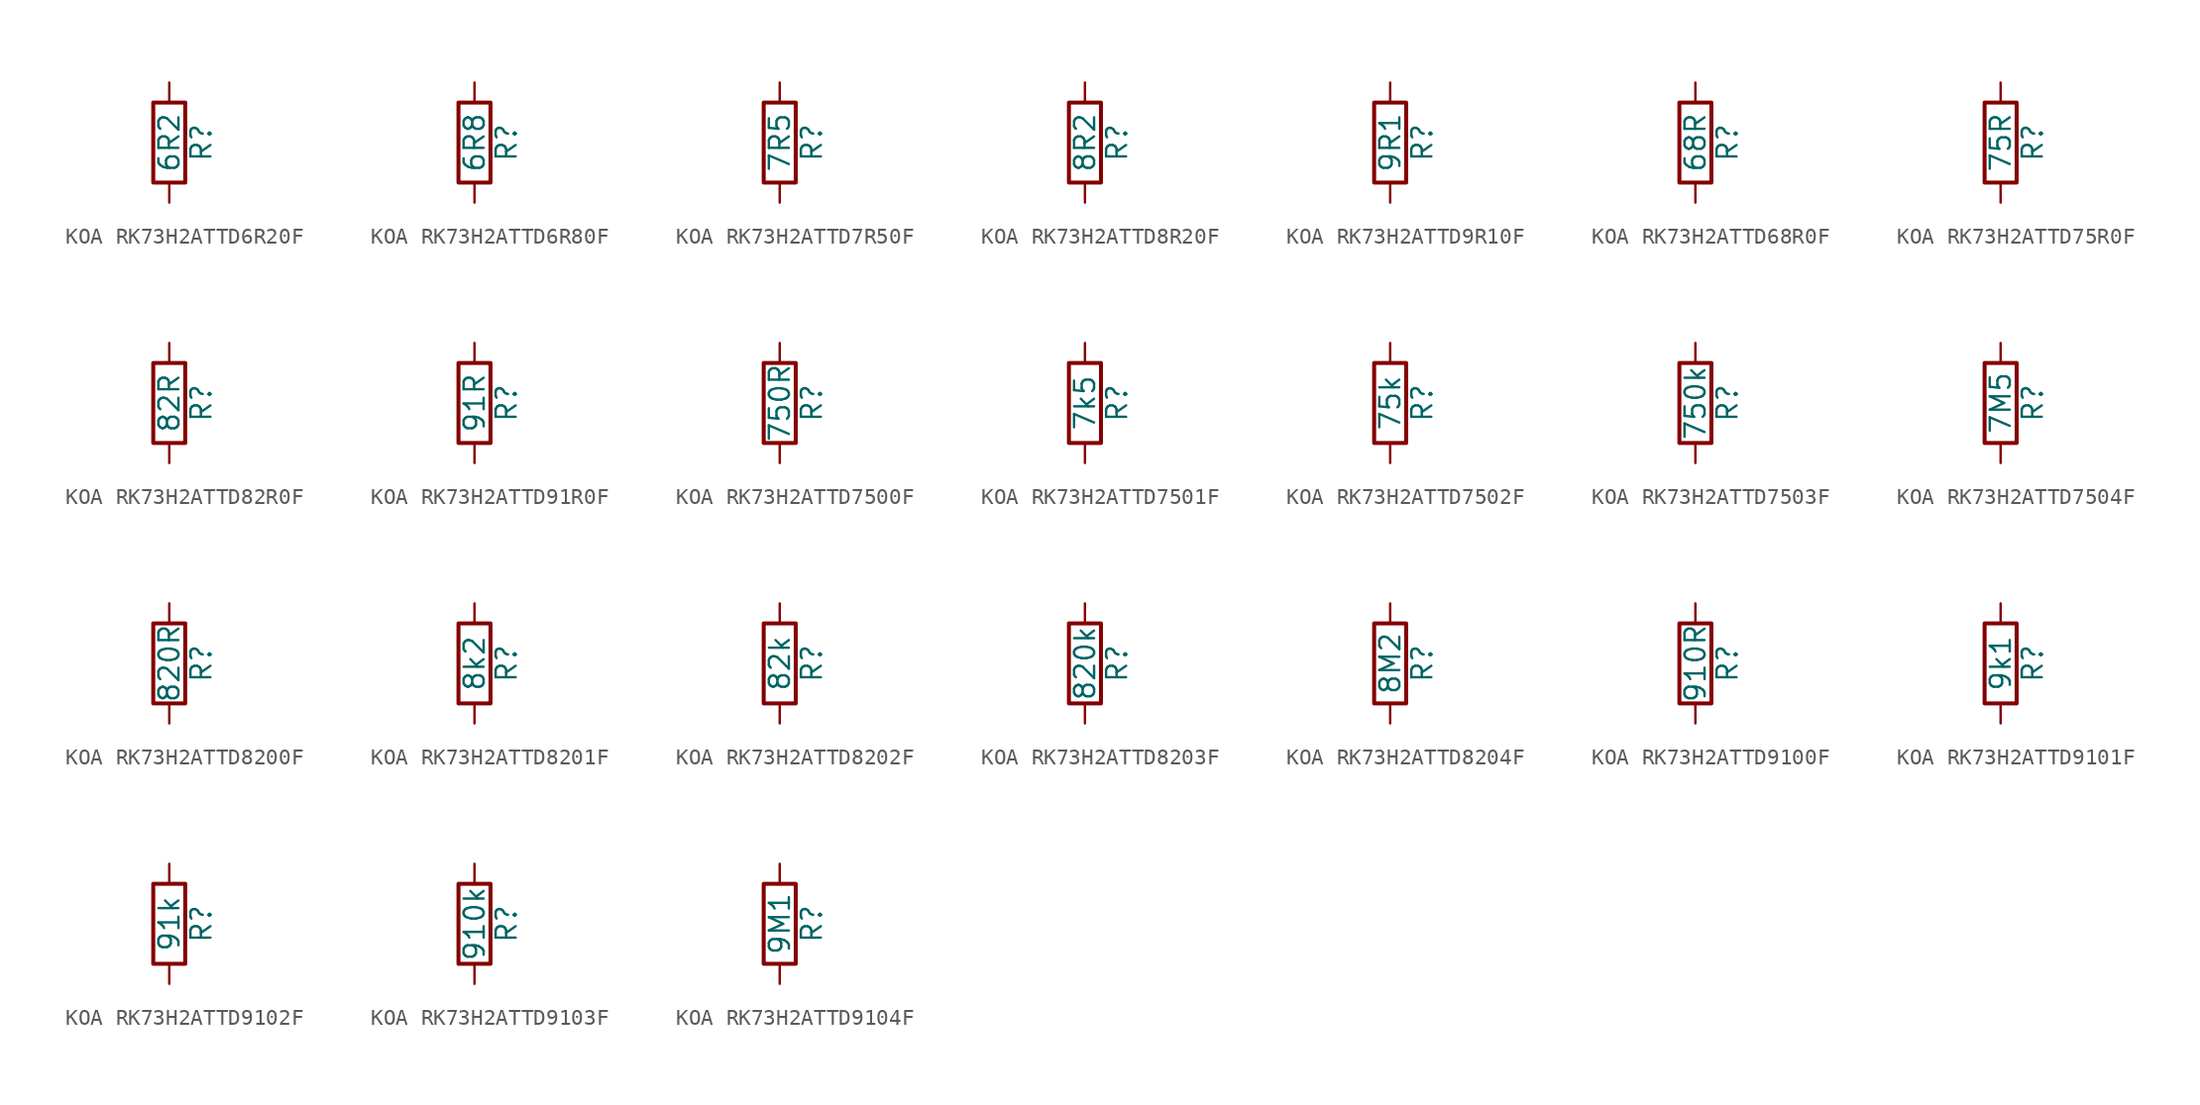
<source format=kicad_sym>
(kicad_symbol_lib
  (version 20220914)
  (generator kicad_symbol_editor)
  (symbol "KOA RK73H2ATTD6R20F"
    (pin_numbers hide)
    (pin_names
      (offset 0))
    (property "Reference" "R"
      (at 2.032 0 90)
      (effects (font (size 1.27 1.27))))
    (property "Value" "6R2"
      (at 0 0 90)
      (effects (font (size 1.27 1.27))))
    (symbol "KOA RK73H2ATTD6R20F_0_1"
      (rectangle (start -1.016 -2.54) (end 1.016 2.54) (stroke (width 0.254) (type default)) (fill (type none))))
    (symbol "KOA RK73H2ATTD6R20F_1_1"
      (pin passive line (at 0 3.81 270) (length 1.27) (name "~" (effects (font (size 1.27 1.27)))) (number "1" (effects (font (size 1.27 1.27)))))
      (pin passive line (at 0 -3.81 90) (length 1.27) (name "~" (effects (font (size 1.27 1.27)))) (number "2" (effects (font (size 1.27 1.27)))))))
  (symbol "KOA RK73H2ATTD6R80F"
    (pin_numbers hide)
    (pin_names
      (offset 0))
    (property "Reference" "R"
      (at 2.032 0 90)
      (effects (font (size 1.27 1.27))))
    (property "Value" "6R8"
      (at 0 0 90)
      (effects (font (size 1.27 1.27))))
    (symbol "KOA RK73H2ATTD6R80F_0_1"
      (rectangle (start -1.016 -2.54) (end 1.016 2.54) (stroke (width 0.254) (type default)) (fill (type none))))
    (symbol "KOA RK73H2ATTD6R80F_1_1"
      (pin passive line (at 0 3.81 270) (length 1.27) (name "~" (effects (font (size 1.27 1.27)))) (number "1" (effects (font (size 1.27 1.27)))))
      (pin passive line (at 0 -3.81 90) (length 1.27) (name "~" (effects (font (size 1.27 1.27)))) (number "2" (effects (font (size 1.27 1.27)))))))
  (symbol "KOA RK73H2ATTD7R50F"
    (pin_numbers hide)
    (pin_names
      (offset 0))
    (property "Reference" "R"
      (at 2.032 0 90)
      (effects (font (size 1.27 1.27))))
    (property "Value" "7R5"
      (at 0 0 90)
      (effects (font (size 1.27 1.27))))
    (symbol "KOA RK73H2ATTD7R50F_0_1"
      (rectangle (start -1.016 -2.54) (end 1.016 2.54) (stroke (width 0.254) (type default)) (fill (type none))))
    (symbol "KOA RK73H2ATTD7R50F_1_1"
      (pin passive line (at 0 3.81 270) (length 1.27) (name "~" (effects (font (size 1.27 1.27)))) (number "1" (effects (font (size 1.27 1.27)))))
      (pin passive line (at 0 -3.81 90) (length 1.27) (name "~" (effects (font (size 1.27 1.27)))) (number "2" (effects (font (size 1.27 1.27)))))))
  (symbol "KOA RK73H2ATTD8R20F"
    (pin_numbers hide)
    (pin_names
      (offset 0))
    (property "Reference" "R"
      (at 2.032 0 90)
      (effects (font (size 1.27 1.27))))
    (property "Value" "8R2"
      (at 0 0 90)
      (effects (font (size 1.27 1.27))))
    (symbol "KOA RK73H2ATTD8R20F_0_1"
      (rectangle (start -1.016 -2.54) (end 1.016 2.54) (stroke (width 0.254) (type default)) (fill (type none))))
    (symbol "KOA RK73H2ATTD8R20F_1_1"
      (pin passive line (at 0 3.81 270) (length 1.27) (name "~" (effects (font (size 1.27 1.27)))) (number "1" (effects (font (size 1.27 1.27)))))
      (pin passive line (at 0 -3.81 90) (length 1.27) (name "~" (effects (font (size 1.27 1.27)))) (number "2" (effects (font (size 1.27 1.27)))))))
  (symbol "KOA RK73H2ATTD9R10F"
    (pin_numbers hide)
    (pin_names
      (offset 0))
    (property "Reference" "R"
      (at 2.032 0 90)
      (effects (font (size 1.27 1.27))))
    (property "Value" "9R1"
      (at 0 0 90)
      (effects (font (size 1.27 1.27))))
    (symbol "KOA RK73H2ATTD9R10F_0_1"
      (rectangle (start -1.016 -2.54) (end 1.016 2.54) (stroke (width 0.254) (type default)) (fill (type none))))
    (symbol "KOA RK73H2ATTD9R10F_1_1"
      (pin passive line (at 0 3.81 270) (length 1.27) (name "~" (effects (font (size 1.27 1.27)))) (number "1" (effects (font (size 1.27 1.27)))))
      (pin passive line (at 0 -3.81 90) (length 1.27) (name "~" (effects (font (size 1.27 1.27)))) (number "2" (effects (font (size 1.27 1.27)))))))
  (symbol "KOA RK73H2ATTD68R0F"
    (pin_numbers hide)
    (pin_names
      (offset 0))
    (property "Reference" "R"
      (at 2.032 0 90)
      (effects (font (size 1.27 1.27))))
    (property "Value" "68R"
      (at 0 0 90)
      (effects (font (size 1.27 1.27))))
    (symbol "KOA RK73H2ATTD68R0F_0_1"
      (rectangle (start -1.016 -2.54) (end 1.016 2.54) (stroke (width 0.254) (type default)) (fill (type none))))
    (symbol "KOA RK73H2ATTD68R0F_1_1"
      (pin passive line (at 0 3.81 270) (length 1.27) (name "~" (effects (font (size 1.27 1.27)))) (number "1" (effects (font (size 1.27 1.27)))))
      (pin passive line (at 0 -3.81 90) (length 1.27) (name "~" (effects (font (size 1.27 1.27)))) (number "2" (effects (font (size 1.27 1.27)))))))
  (symbol "KOA RK73H2ATTD75R0F"
    (pin_numbers hide)
    (pin_names
      (offset 0))
    (property "Reference" "R"
      (at 2.032 0 90)
      (effects (font (size 1.27 1.27))))
    (property "Value" "75R"
      (at 0 0 90)
      (effects (font (size 1.27 1.27))))
    (symbol "KOA RK73H2ATTD75R0F_0_1"
      (rectangle (start -1.016 -2.54) (end 1.016 2.54) (stroke (width 0.254) (type default)) (fill (type none))))
    (symbol "KOA RK73H2ATTD75R0F_1_1"
      (pin passive line (at 0 3.81 270) (length 1.27) (name "~" (effects (font (size 1.27 1.27)))) (number "1" (effects (font (size 1.27 1.27)))))
      (pin passive line (at 0 -3.81 90) (length 1.27) (name "~" (effects (font (size 1.27 1.27)))) (number "2" (effects (font (size 1.27 1.27)))))))
  (symbol "KOA RK73H2ATTD82R0F"
    (pin_numbers hide)
    (pin_names
      (offset 0))
    (property "Reference" "R"
      (at 2.032 0 90)
      (effects (font (size 1.27 1.27))))
    (property "Value" "82R"
      (at 0 0 90)
      (effects (font (size 1.27 1.27))))
    (symbol "KOA RK73H2ATTD82R0F_0_1"
      (rectangle (start -1.016 -2.54) (end 1.016 2.54) (stroke (width 0.254) (type default)) (fill (type none))))
    (symbol "KOA RK73H2ATTD82R0F_1_1"
      (pin passive line (at 0 3.81 270) (length 1.27) (name "~" (effects (font (size 1.27 1.27)))) (number "1" (effects (font (size 1.27 1.27)))))
      (pin passive line (at 0 -3.81 90) (length 1.27) (name "~" (effects (font (size 1.27 1.27)))) (number "2" (effects (font (size 1.27 1.27)))))))
  (symbol "KOA RK73H2ATTD91R0F"
    (pin_numbers hide)
    (pin_names
      (offset 0))
    (property "Reference" "R"
      (at 2.032 0 90)
      (effects (font (size 1.27 1.27))))
    (property "Value" "91R"
      (at 0 0 90)
      (effects (font (size 1.27 1.27))))
    (symbol "KOA RK73H2ATTD91R0F_0_1"
      (rectangle (start -1.016 -2.54) (end 1.016 2.54) (stroke (width 0.254) (type default)) (fill (type none))))
    (symbol "KOA RK73H2ATTD91R0F_1_1"
      (pin passive line (at 0 3.81 270) (length 1.27) (name "~" (effects (font (size 1.27 1.27)))) (number "1" (effects (font (size 1.27 1.27)))))
      (pin passive line (at 0 -3.81 90) (length 1.27) (name "~" (effects (font (size 1.27 1.27)))) (number "2" (effects (font (size 1.27 1.27)))))))
  (symbol "KOA RK73H2ATTD7500F"
    (pin_numbers hide)
    (pin_names
      (offset 0))
    (property "Reference" "R"
      (at 2.032 0 90)
      (effects (font (size 1.27 1.27))))
    (property "Value" "750R"
      (at 0 0 90)
      (effects (font (size 1.27 1.27))))
    (symbol "KOA RK73H2ATTD7500F_0_1"
      (rectangle (start -1.016 -2.54) (end 1.016 2.54) (stroke (width 0.254) (type default)) (fill (type none))))
    (symbol "KOA RK73H2ATTD7500F_1_1"
      (pin passive line (at 0 3.81 270) (length 1.27) (name "~" (effects (font (size 1.27 1.27)))) (number "1" (effects (font (size 1.27 1.27)))))
      (pin passive line (at 0 -3.81 90) (length 1.27) (name "~" (effects (font (size 1.27 1.27)))) (number "2" (effects (font (size 1.27 1.27)))))))
  (symbol "KOA RK73H2ATTD7501F"
    (pin_numbers hide)
    (pin_names
      (offset 0))
    (property "Reference" "R"
      (at 2.032 0 90)
      (effects (font (size 1.27 1.27))))
    (property "Value" "7k5"
      (at 0 0 90)
      (effects (font (size 1.27 1.27))))
    (symbol "KOA RK73H2ATTD7501F_0_1"
      (rectangle (start -1.016 -2.54) (end 1.016 2.54) (stroke (width 0.254) (type default)) (fill (type none))))
    (symbol "KOA RK73H2ATTD7501F_1_1"
      (pin passive line (at 0 3.81 270) (length 1.27) (name "~" (effects (font (size 1.27 1.27)))) (number "1" (effects (font (size 1.27 1.27)))))
      (pin passive line (at 0 -3.81 90) (length 1.27) (name "~" (effects (font (size 1.27 1.27)))) (number "2" (effects (font (size 1.27 1.27)))))))
  (symbol "KOA RK73H2ATTD7502F"
    (pin_numbers hide)
    (pin_names
      (offset 0))
    (property "Reference" "R"
      (at 2.032 0 90)
      (effects (font (size 1.27 1.27))))
    (property "Value" "75k"
      (at 0 0 90)
      (effects (font (size 1.27 1.27))))
    (symbol "KOA RK73H2ATTD7502F_0_1"
      (rectangle (start -1.016 -2.54) (end 1.016 2.54) (stroke (width 0.254) (type default)) (fill (type none))))
    (symbol "KOA RK73H2ATTD7502F_1_1"
      (pin passive line (at 0 3.81 270) (length 1.27) (name "~" (effects (font (size 1.27 1.27)))) (number "1" (effects (font (size 1.27 1.27)))))
      (pin passive line (at 0 -3.81 90) (length 1.27) (name "~" (effects (font (size 1.27 1.27)))) (number "2" (effects (font (size 1.27 1.27)))))))
  (symbol "KOA RK73H2ATTD7503F"
    (pin_numbers hide)
    (pin_names
      (offset 0))
    (property "Reference" "R"
      (at 2.032 0 90)
      (effects (font (size 1.27 1.27))))
    (property "Value" "750k"
      (at 0 0 90)
      (effects (font (size 1.27 1.27))))
    (symbol "KOA RK73H2ATTD7503F_0_1"
      (rectangle (start -1.016 -2.54) (end 1.016 2.54) (stroke (width 0.254) (type default)) (fill (type none))))
    (symbol "KOA RK73H2ATTD7503F_1_1"
      (pin passive line (at 0 3.81 270) (length 1.27) (name "~" (effects (font (size 1.27 1.27)))) (number "1" (effects (font (size 1.27 1.27)))))
      (pin passive line (at 0 -3.81 90) (length 1.27) (name "~" (effects (font (size 1.27 1.27)))) (number "2" (effects (font (size 1.27 1.27)))))))
  (symbol "KOA RK73H2ATTD7504F"
    (pin_numbers hide)
    (pin_names
      (offset 0))
    (property "Reference" "R"
      (at 2.032 0 90)
      (effects (font (size 1.27 1.27))))
    (property "Value" "7M5"
      (at 0 0 90)
      (effects (font (size 1.27 1.27))))
    (symbol "KOA RK73H2ATTD7504F_0_1"
      (rectangle (start -1.016 -2.54) (end 1.016 2.54) (stroke (width 0.254) (type default)) (fill (type none))))
    (symbol "KOA RK73H2ATTD7504F_1_1"
      (pin passive line (at 0 3.81 270) (length 1.27) (name "~" (effects (font (size 1.27 1.27)))) (number "1" (effects (font (size 1.27 1.27)))))
      (pin passive line (at 0 -3.81 90) (length 1.27) (name "~" (effects (font (size 1.27 1.27)))) (number "2" (effects (font (size 1.27 1.27)))))))
  (symbol "KOA RK73H2ATTD8200F"
    (pin_numbers hide)
    (pin_names
      (offset 0))
    (property "Reference" "R"
      (at 2.032 0 90)
      (effects (font (size 1.27 1.27))))
    (property "Value" "820R"
      (at 0 0 90)
      (effects (font (size 1.27 1.27))))
    (symbol "KOA RK73H2ATTD8200F_0_1"
      (rectangle (start -1.016 -2.54) (end 1.016 2.54) (stroke (width 0.254) (type default)) (fill (type none))))
    (symbol "KOA RK73H2ATTD8200F_1_1"
      (pin passive line (at 0 3.81 270) (length 1.27) (name "~" (effects (font (size 1.27 1.27)))) (number "1" (effects (font (size 1.27 1.27)))))
      (pin passive line (at 0 -3.81 90) (length 1.27) (name "~" (effects (font (size 1.27 1.27)))) (number "2" (effects (font (size 1.27 1.27)))))))
  (symbol "KOA RK73H2ATTD8201F"
    (pin_numbers hide)
    (pin_names
      (offset 0))
    (property "Reference" "R"
      (at 2.032 0 90)
      (effects (font (size 1.27 1.27))))
    (property "Value" "8k2"
      (at 0 0 90)
      (effects (font (size 1.27 1.27))))
    (symbol "KOA RK73H2ATTD8201F_0_1"
      (rectangle (start -1.016 -2.54) (end 1.016 2.54) (stroke (width 0.254) (type default)) (fill (type none))))
    (symbol "KOA RK73H2ATTD8201F_1_1"
      (pin passive line (at 0 3.81 270) (length 1.27) (name "~" (effects (font (size 1.27 1.27)))) (number "1" (effects (font (size 1.27 1.27)))))
      (pin passive line (at 0 -3.81 90) (length 1.27) (name "~" (effects (font (size 1.27 1.27)))) (number "2" (effects (font (size 1.27 1.27)))))))
  (symbol "KOA RK73H2ATTD8202F"
    (pin_numbers hide)
    (pin_names
      (offset 0))
    (property "Reference" "R"
      (at 2.032 0 90)
      (effects (font (size 1.27 1.27))))
    (property "Value" "82k"
      (at 0 0 90)
      (effects (font (size 1.27 1.27))))
    (symbol "KOA RK73H2ATTD8202F_0_1"
      (rectangle (start -1.016 -2.54) (end 1.016 2.54) (stroke (width 0.254) (type default)) (fill (type none))))
    (symbol "KOA RK73H2ATTD8202F_1_1"
      (pin passive line (at 0 3.81 270) (length 1.27) (name "~" (effects (font (size 1.27 1.27)))) (number "1" (effects (font (size 1.27 1.27)))))
      (pin passive line (at 0 -3.81 90) (length 1.27) (name "~" (effects (font (size 1.27 1.27)))) (number "2" (effects (font (size 1.27 1.27)))))))
  (symbol "KOA RK73H2ATTD8203F"
    (pin_numbers hide)
    (pin_names
      (offset 0))
    (property "Reference" "R"
      (at 2.032 0 90)
      (effects (font (size 1.27 1.27))))
    (property "Value" "820k"
      (at 0 0 90)
      (effects (font (size 1.27 1.27))))
    (symbol "KOA RK73H2ATTD8203F_0_1"
      (rectangle (start -1.016 -2.54) (end 1.016 2.54) (stroke (width 0.254) (type default)) (fill (type none))))
    (symbol "KOA RK73H2ATTD8203F_1_1"
      (pin passive line (at 0 3.81 270) (length 1.27) (name "~" (effects (font (size 1.27 1.27)))) (number "1" (effects (font (size 1.27 1.27)))))
      (pin passive line (at 0 -3.81 90) (length 1.27) (name "~" (effects (font (size 1.27 1.27)))) (number "2" (effects (font (size 1.27 1.27)))))))
  (symbol "KOA RK73H2ATTD8204F"
    (pin_numbers hide)
    (pin_names
      (offset 0))
    (property "Reference" "R"
      (at 2.032 0 90)
      (effects (font (size 1.27 1.27))))
    (property "Value" "8M2"
      (at 0 0 90)
      (effects (font (size 1.27 1.27))))
    (symbol "KOA RK73H2ATTD8204F_0_1"
      (rectangle (start -1.016 -2.54) (end 1.016 2.54) (stroke (width 0.254) (type default)) (fill (type none))))
    (symbol "KOA RK73H2ATTD8204F_1_1"
      (pin passive line (at 0 3.81 270) (length 1.27) (name "~" (effects (font (size 1.27 1.27)))) (number "1" (effects (font (size 1.27 1.27)))))
      (pin passive line (at 0 -3.81 90) (length 1.27) (name "~" (effects (font (size 1.27 1.27)))) (number "2" (effects (font (size 1.27 1.27)))))))
  (symbol "KOA RK73H2ATTD9100F"
    (pin_numbers hide)
    (pin_names
      (offset 0))
    (property "Reference" "R"
      (at 2.032 0 90)
      (effects (font (size 1.27 1.27))))
    (property "Value" "910R"
      (at 0 0 90)
      (effects (font (size 1.27 1.27))))
    (symbol "KOA RK73H2ATTD9100F_0_1"
      (rectangle (start -1.016 -2.54) (end 1.016 2.54) (stroke (width 0.254) (type default)) (fill (type none))))
    (symbol "KOA RK73H2ATTD9100F_1_1"
      (pin passive line (at 0 3.81 270) (length 1.27) (name "~" (effects (font (size 1.27 1.27)))) (number "1" (effects (font (size 1.27 1.27)))))
      (pin passive line (at 0 -3.81 90) (length 1.27) (name "~" (effects (font (size 1.27 1.27)))) (number "2" (effects (font (size 1.27 1.27)))))))
  (symbol "KOA RK73H2ATTD9101F"
    (pin_numbers hide)
    (pin_names
      (offset 0))
    (property "Reference" "R"
      (at 2.032 0 90)
      (effects (font (size 1.27 1.27))))
    (property "Value" "9k1"
      (at 0 0 90)
      (effects (font (size 1.27 1.27))))
    (symbol "KOA RK73H2ATTD9101F_0_1"
      (rectangle (start -1.016 -2.54) (end 1.016 2.54) (stroke (width 0.254) (type default)) (fill (type none))))
    (symbol "KOA RK73H2ATTD9101F_1_1"
      (pin passive line (at 0 3.81 270) (length 1.27) (name "~" (effects (font (size 1.27 1.27)))) (number "1" (effects (font (size 1.27 1.27)))))
      (pin passive line (at 0 -3.81 90) (length 1.27) (name "~" (effects (font (size 1.27 1.27)))) (number "2" (effects (font (size 1.27 1.27)))))))
  (symbol "KOA RK73H2ATTD9102F"
    (pin_numbers hide)
    (pin_names
      (offset 0))
    (property "Reference" "R"
      (at 2.032 0 90)
      (effects (font (size 1.27 1.27))))
    (property "Value" "91k"
      (at 0 0 90)
      (effects (font (size 1.27 1.27))))
    (symbol "KOA RK73H2ATTD9102F_0_1"
      (rectangle (start -1.016 -2.54) (end 1.016 2.54) (stroke (width 0.254) (type default)) (fill (type none))))
    (symbol "KOA RK73H2ATTD9102F_1_1"
      (pin passive line (at 0 3.81 270) (length 1.27) (name "~" (effects (font (size 1.27 1.27)))) (number "1" (effects (font (size 1.27 1.27)))))
      (pin passive line (at 0 -3.81 90) (length 1.27) (name "~" (effects (font (size 1.27 1.27)))) (number "2" (effects (font (size 1.27 1.27)))))))
  (symbol "KOA RK73H2ATTD9103F"
    (pin_numbers hide)
    (pin_names
      (offset 0))
    (property "Reference" "R"
      (at 2.032 0 90)
      (effects (font (size 1.27 1.27))))
    (property "Value" "910k"
      (at 0 0 90)
      (effects (font (size 1.27 1.27))))
    (symbol "KOA RK73H2ATTD9103F_0_1"
      (rectangle (start -1.016 -2.54) (end 1.016 2.54) (stroke (width 0.254) (type default)) (fill (type none))))
    (symbol "KOA RK73H2ATTD9103F_1_1"
      (pin passive line (at 0 3.81 270) (length 1.27) (name "~" (effects (font (size 1.27 1.27)))) (number "1" (effects (font (size 1.27 1.27)))))
      (pin passive line (at 0 -3.81 90) (length 1.27) (name "~" (effects (font (size 1.27 1.27)))) (number "2" (effects (font (size 1.27 1.27)))))))
  (symbol "KOA RK73H2ATTD9104F"
    (pin_numbers hide)
    (pin_names
      (offset 0))
    (property "Reference" "R"
      (at 2.032 0 90)
      (effects (font (size 1.27 1.27))))
    (property "Value" "9M1"
      (at 0 0 90)
      (effects (font (size 1.27 1.27))))
    (symbol "KOA RK73H2ATTD9104F_0_1"
      (rectangle (start -1.016 -2.54) (end 1.016 2.54) (stroke (width 0.254) (type default)) (fill (type none))))
    (symbol "KOA RK73H2ATTD9104F_1_1"
      (pin passive line (at 0 3.81 270) (length 1.27) (name "~" (effects (font (size 1.27 1.27)))) (number "1" (effects (font (size 1.27 1.27)))))
      (pin passive line (at 0 -3.81 90) (length 1.27) (name "~" (effects (font (size 1.27 1.27)))) (number "2" (effects (font (size 1.27 1.27))))))))
</source>
